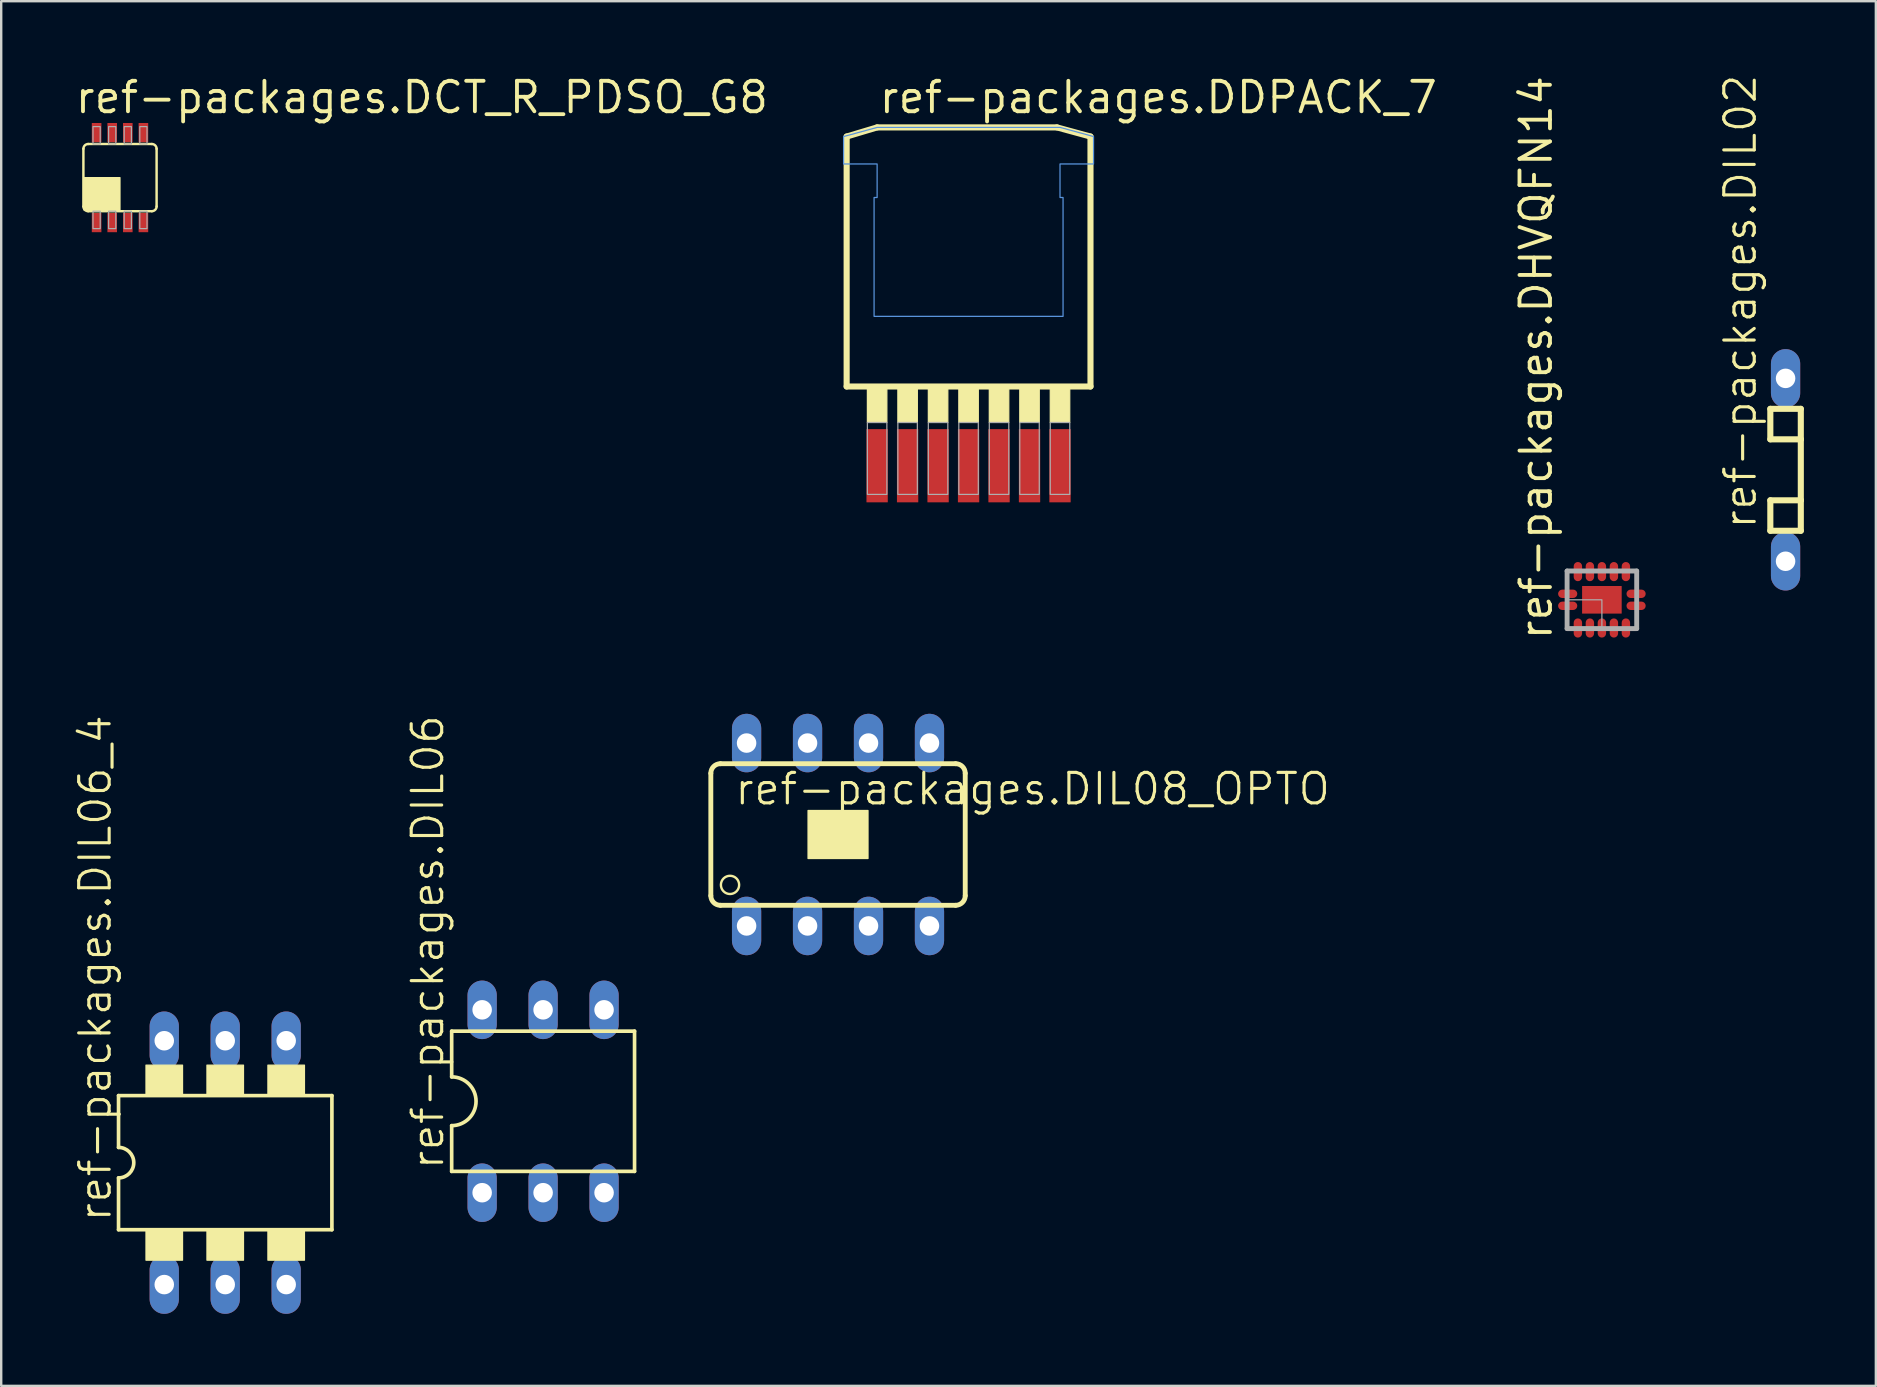
<source format=kicad_pcb>
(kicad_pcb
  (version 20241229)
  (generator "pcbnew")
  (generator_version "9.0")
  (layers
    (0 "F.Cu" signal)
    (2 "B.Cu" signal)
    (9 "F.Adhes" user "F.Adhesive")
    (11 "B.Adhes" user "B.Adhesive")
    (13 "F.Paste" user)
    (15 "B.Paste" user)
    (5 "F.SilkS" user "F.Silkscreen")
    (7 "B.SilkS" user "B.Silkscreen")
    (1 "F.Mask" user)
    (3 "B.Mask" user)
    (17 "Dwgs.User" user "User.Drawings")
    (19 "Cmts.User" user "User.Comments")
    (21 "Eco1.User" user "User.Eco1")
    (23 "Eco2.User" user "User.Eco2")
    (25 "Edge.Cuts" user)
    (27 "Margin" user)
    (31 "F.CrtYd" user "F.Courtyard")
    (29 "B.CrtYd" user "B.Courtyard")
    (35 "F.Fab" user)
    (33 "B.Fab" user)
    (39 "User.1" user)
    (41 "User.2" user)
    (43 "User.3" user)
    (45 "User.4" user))
  (footprint "ref-packages.DIL06_4"
    (layer "F.Cu")
    (at 6.334 45.393)
    (property "Reference" "ref-packages.DIL06_4" (at -4.674 2.54 90) (layer "F.SilkS") (effects (font (size 1.27 1.27) (thickness 0.13)) (justify left bottom)))
    (attr through_hole)
    (fp_line (start -4.445 -0.635) (end -4.445 -2.794) (stroke (width 0.152) (type default)) (layer "F.SilkS"))
    (fp_line (start -4.445 2.794) (end -4.445 0.635) (stroke (width 0.152) (type default)) (layer "F.SilkS"))
    (fp_line (start -4.445 2.794) (end 4.445 2.794) (stroke (width 0.152) (type default)) (layer "F.SilkS"))
    (fp_line (start 4.445 -2.794) (end -4.445 -2.794) (stroke (width 0.152) (type default)) (layer "F.SilkS"))
    (fp_line (start 4.445 -2.794) (end 4.445 2.794) (stroke (width 0.152) (type default)) (layer "F.SilkS"))
    (fp_rect (start -3.302 -2.794) (end -1.778 -4.064) (stroke (width 0.05) (type default)) (fill yes) (layer "F.SilkS"))
    (fp_rect (start -3.302 4.064) (end -1.778 2.794) (stroke (width 0.05) (type default)) (fill yes) (layer "F.SilkS"))
    (fp_rect (start -0.762 -2.794) (end 0.762 -4.064) (stroke (width 0.05) (type default)) (fill yes) (layer "F.SilkS"))
    (fp_rect (start -0.762 4.064) (end 0.762 2.794) (stroke (width 0.05) (type default)) (fill yes) (layer "F.SilkS"))
    (fp_rect (start 1.778 -2.794) (end 3.302 -4.064) (stroke (width 0.05) (type default)) (fill yes) (layer "F.SilkS"))
    (fp_rect (start 1.778 4.064) (end 3.302 2.794) (stroke (width 0.05) (type default)) (fill yes) (layer "F.SilkS"))
    (fp_arc (start -4.445 -0.635) (mid -3.81 0) (end -4.445 0.635) (stroke (width 0.1524) (type default)) (layer "F.SilkS"))
    (pad "1" thru_hole oval (at -2.54 5.08 90) (size 2.438 1.219) (drill 0.813) (layers "*.Cu" "*.Mask"))
    (pad "2" thru_hole oval (at 0 5.08 90) (size 2.438 1.219) (drill 0.813) (layers "*.Cu" "*.Mask"))
    (pad "3" thru_hole oval (at 2.54 5.08 90) (size 2.438 1.219) (drill 0.813) (layers "*.Cu" "*.Mask"))
    (pad "4" thru_hole oval (at 2.54 -5.08 90) (size 2.438 1.219) (drill 0.813) (layers "*.Cu" "*.Mask"))
    (pad "5" thru_hole oval (at 0 -5.08 90) (size 2.438 1.219) (drill 0.813) (layers "*.Cu" "*.Mask"))
    (pad "6" thru_hole oval (at -2.54 -5.08 90) (size 2.438 1.219) (drill 0.813) (layers "*.Cu" "*.Mask")))
  (footprint "ref-packages.DCT_R_PDSO_G8"
    (layer "F.Cu")
    (at 1.95 4.35)
    (property "Reference" "ref-packages.DCT_R_PDSO_G8" (at -1.95 -2.6 0) (layer "F.SilkS") (effects (font (size 1.27 1.27) (thickness 0.16)) (justify left bottom)))
    (attr smd)
    (fp_rect (start -1.225 -1.425) (end -0.725 -2.35) (stroke (width 0.05) (type default)) (fill yes) (layer "F.Mask"))
    (fp_rect (start -1.225 2.35) (end -0.725 1.425) (stroke (width 0.05) (type default)) (fill yes) (layer "F.Mask"))
    (fp_rect (start -0.575 -1.425) (end -0.075 -2.35) (stroke (width 0.05) (type default)) (fill yes) (layer "F.Mask"))
    (fp_rect (start -0.575 2.35) (end -0.075 1.425) (stroke (width 0.05) (type default)) (fill yes) (layer "F.Mask"))
    (fp_rect (start 0.075 -1.425) (end 0.575 -2.35) (stroke (width 0.05) (type default)) (fill yes) (layer "F.Mask"))
    (fp_rect (start 0.075 2.35) (end 0.575 1.425) (stroke (width 0.05) (type default)) (fill yes) (layer "F.Mask"))
    (fp_rect (start 0.725 -1.425) (end 1.225 -2.35) (stroke (width 0.05) (type default)) (fill yes) (layer "F.Mask"))
    (fp_rect (start 0.725 2.35) (end 1.225 1.425) (stroke (width 0.05) (type default)) (fill yes) (layer "F.Mask"))
    (fp_line (start -1.525 1.2) (end -1.525 -1.2) (stroke (width 0.102) (type default)) (layer "F.SilkS"))
    (fp_line (start -1.325 -1.4) (end 1.325 -1.4) (stroke (width 0.102) (type default)) (layer "F.SilkS"))
    (fp_line (start 1.325 1.4) (end -1.325 1.4) (stroke (width 0.102) (type default)) (layer "F.SilkS"))
    (fp_line (start 1.525 -1.2) (end 1.525 1.2) (stroke (width 0.102) (type default)) (layer "F.SilkS"))
    (fp_rect (start -1.5 1.35) (end 0 0) (stroke (width 0.05) (type default)) (fill yes) (layer "F.SilkS"))
    (fp_arc (start -1.525 -1.2) (mid -1.466421 -1.341421) (end -1.325 -1.4) (stroke (width 0.1016) (type default)) (layer "F.SilkS"))
    (fp_arc (start -1.325 1.4) (mid -1.466421 1.341421) (end -1.525 1.2) (stroke (width 0.1016) (type default)) (layer "F.SilkS"))
    (fp_arc (start 1.325 -1.4) (mid 1.466421 -1.341421) (end 1.525 -1.2) (stroke (width 0.1016) (type default)) (layer "F.SilkS"))
    (fp_arc (start 1.525 1.2) (mid 1.466421 1.341421) (end 1.325 1.4) (stroke (width 0.1016) (type default)) (layer "F.SilkS"))
    (fp_rect (start -1.125 -1.4) (end -0.825 -2.125) (stroke (width 0.05) (type default)) (fill no) (layer "F.Fab"))
    (fp_rect (start -1.125 2.125) (end -0.825 1.4) (stroke (width 0.05) (type default)) (fill no) (layer "F.Fab"))
    (fp_rect (start -0.475 -1.4) (end -0.175 -2.125) (stroke (width 0.05) (type default)) (fill no) (layer "F.Fab"))
    (fp_rect (start -0.475 2.125) (end -0.175 1.4) (stroke (width 0.05) (type default)) (fill no) (layer "F.Fab"))
    (fp_rect (start 0.175 -1.4) (end 0.475 -2.125) (stroke (width 0.05) (type default)) (fill no) (layer "F.Fab"))
    (fp_rect (start 0.175 2.125) (end 0.475 1.4) (stroke (width 0.05) (type default)) (fill no) (layer "F.Fab"))
    (fp_rect (start 0.825 -1.4) (end 1.125 -2.125) (stroke (width 0.05) (type default)) (fill no) (layer "F.Fab"))
    (fp_rect (start 0.825 2.125) (end 1.125 1.4) (stroke (width 0.05) (type default)) (fill no) (layer "F.Fab"))
    (pad "1" smd roundrect (at -0.975 1.875) (size 0.4 0.8) (layers "F.Cu" "F.Mask" "F.Paste") (roundrect_rratio 0.01))
    (pad "2" smd roundrect (at -0.325 1.875) (size 0.4 0.8) (layers "F.Cu" "F.Mask" "F.Paste") (roundrect_rratio 0.01))
    (pad "3" smd roundrect (at 0.325 1.875) (size 0.4 0.8) (layers "F.Cu" "F.Mask" "F.Paste") (roundrect_rratio 0.01))
    (pad "4" smd roundrect (at 0.975 1.875) (size 0.4 0.8) (layers "F.Cu" "F.Mask" "F.Paste") (roundrect_rratio 0.01))
    (pad "5" smd roundrect (at 0.975 -1.875 180) (size 0.4 0.8) (layers "F.Cu" "F.Mask" "F.Paste") (roundrect_rratio 0.01))
    (pad "6" smd roundrect (at 0.325 -1.875 180) (size 0.4 0.8) (layers "F.Cu" "F.Mask" "F.Paste") (roundrect_rratio 0.01))
    (pad "7" smd roundrect (at -0.325 -1.875 180) (size 0.4 0.8) (layers "F.Cu" "F.Mask" "F.Paste") (roundrect_rratio 0.01))
    (pad "8" smd roundrect (at -0.975 -1.875 180) (size 0.4 0.8) (layers "F.Cu" "F.Mask" "F.Paste") (roundrect_rratio 0.01)))
  (footprint "ref-packages.DHVQFN14"
    (layer "F.Cu")
    (at 63.694 21.941)
    (property "Reference" "ref-packages.DHVQFN14" (at -2 1.75 90) (layer "F.SilkS") (effects (font (size 1.27 1.27) (thickness 0.16)) (justify left bottom)))
    (attr smd)
    (fp_line (start -1.2 -0.25) (end -1.65 -0.25) (stroke (width 0.4) (type default)) (layer "F.Mask"))
    (fp_line (start -1.2 0.25) (end -1.65 0.25) (stroke (width 0.4) (type default)) (layer "F.Mask"))
    (fp_line (start -1 -0.95) (end -1 -1.4) (stroke (width 0.4) (type default)) (layer "F.Mask"))
    (fp_line (start -1 0.95) (end -1 1.4) (stroke (width 0.4) (type default)) (layer "F.Mask"))
    (fp_line (start -0.5 -0.95) (end -0.5 -1.4) (stroke (width 0.4) (type default)) (layer "F.Mask"))
    (fp_line (start -0.5 0.95) (end -0.5 1.4) (stroke (width 0.4) (type default)) (layer "F.Mask"))
    (fp_line (start 0 -0.95) (end 0 -1.4) (stroke (width 0.4) (type default)) (layer "F.Mask"))
    (fp_line (start 0 0.95) (end 0 1.4) (stroke (width 0.4) (type default)) (layer "F.Mask"))
    (fp_line (start 0.5 -0.95) (end 0.5 -1.4) (stroke (width 0.4) (type default)) (layer "F.Mask"))
    (fp_line (start 0.5 0.95) (end 0.5 1.4) (stroke (width 0.4) (type default)) (layer "F.Mask"))
    (fp_line (start 1 -0.95) (end 1 -1.4) (stroke (width 0.4) (type default)) (layer "F.Mask"))
    (fp_line (start 1 0.95) (end 1 1.4) (stroke (width 0.4) (type default)) (layer "F.Mask"))
    (fp_line (start 1.2 -0.25) (end 1.65 -0.25) (stroke (width 0.4) (type default)) (layer "F.Mask"))
    (fp_line (start 1.2 0.25) (end 1.65 0.25) (stroke (width 0.4) (type default)) (layer "F.Mask"))
    (fp_rect (start -0.875 0.625) (end 0.875 -0.625) (stroke (width 0.05) (type default)) (fill yes) (layer "F.Mask"))
    (fp_line (start -1.45 -1.2) (end 1.45 -1.2) (stroke (width 0.203) (type default)) (layer "F.Fab"))
    (fp_line (start -1.45 1.2) (end -1.45 -1.2) (stroke (width 0.203) (type default)) (layer "F.Fab"))
    (fp_line (start 1.45 -1.2) (end 1.45 1.2) (stroke (width 0.203) (type default)) (layer "F.Fab"))
    (fp_line (start 1.45 1.2) (end -1.45 1.2) (stroke (width 0.203) (type default)) (layer "F.Fab"))
    (fp_rect (start -1.4 1.15) (end 0 0) (stroke (width 0.05) (type default)) (fill no) (layer "F.Fab"))
    (pad "1" smd roundrect (at -1.425 0.25 270) (size 0.35 0.8) (layers "F.Cu" "F.Mask" "F.Paste") (roundrect_rratio 0.5))
    (pad "2" smd roundrect (at -1 1.175) (size 0.35 0.8) (layers "F.Cu" "F.Mask" "F.Paste") (roundrect_rratio 0.5))
    (pad "3" smd roundrect (at -0.5 1.175) (size 0.35 0.8) (layers "F.Cu" "F.Mask" "F.Paste") (roundrect_rratio 0.5))
    (pad "4" smd roundrect (at 0 1.175) (size 0.35 0.8) (layers "F.Cu" "F.Mask" "F.Paste") (roundrect_rratio 0.5))
    (pad "5" smd roundrect (at 0.5 1.175) (size 0.35 0.8) (layers "F.Cu" "F.Mask" "F.Paste") (roundrect_rratio 0.5))
    (pad "6" smd roundrect (at 1 1.175) (size 0.35 0.8) (layers "F.Cu" "F.Mask" "F.Paste") (roundrect_rratio 0.5))
    (pad "7" smd roundrect (at 1.425 0.25 90) (size 0.35 0.8) (layers "F.Cu" "F.Mask" "F.Paste") (roundrect_rratio 0.5))
    (pad "8" smd roundrect (at 1.425 -0.25 90) (size 0.35 0.8) (layers "F.Cu" "F.Mask" "F.Paste") (roundrect_rratio 0.5))
    (pad "9" smd roundrect (at 1 -1.175 180) (size 0.35 0.8) (layers "F.Cu" "F.Mask" "F.Paste") (roundrect_rratio 0.5))
    (pad "10" smd roundrect (at 0.5 -1.175 180) (size 0.35 0.8) (layers "F.Cu" "F.Mask" "F.Paste") (roundrect_rratio 0.5))
    (pad "11" smd roundrect (at 0 -1.175 180) (size 0.35 0.8) (layers "F.Cu" "F.Mask" "F.Paste") (roundrect_rratio 0.5))
    (pad "12" smd roundrect (at -0.5 -1.175 180) (size 0.35 0.8) (layers "F.Cu" "F.Mask" "F.Paste") (roundrect_rratio 0.5))
    (pad "13" smd roundrect (at -1 -1.175 180) (size 0.35 0.8) (layers "F.Cu" "F.Mask" "F.Paste") (roundrect_rratio 0.5))
    (pad "14" smd roundrect (at -1.425 -0.25 270) (size 0.35 0.8) (layers "F.Cu" "F.Mask" "F.Paste") (roundrect_rratio 0.5))
    (pad "EXP" smd roundrect (at 0 0) (size 1.65 1.15) (layers "F.Cu" "F.Mask" "F.Paste") (roundrect_rratio 0.01)))
  (footprint "ref-packages.DIL08_OPTO"
    (layer "F.Cu")
    (at 31.867 31.72)
    (property "Reference" "ref-packages.DIL08_OPTO" (at -4.375 -1.156 0) (layer "F.SilkS") (effects (font (size 1.27 1.27) (thickness 0.13)) (justify left bottom)))
    (attr through_hole)
    (fp_line (start -5.3 -2.55) (end -5.3 2.55) (stroke (width 0.203) (type default)) (layer "F.SilkS"))
    (fp_line (start -4.9 2.95) (end 4.9 2.95) (stroke (width 0.203) (type default)) (layer "F.SilkS"))
    (fp_line (start 4.9 -2.95) (end -4.9 -2.95) (stroke (width 0.203) (type default)) (layer "F.SilkS"))
    (fp_line (start 5.3 2.55) (end 5.3 -2.55) (stroke (width 0.203) (type default)) (layer "F.SilkS"))
    (fp_rect (start -1.25 1) (end 1.25 -1) (stroke (width 0.05) (type default)) (fill yes) (layer "F.SilkS"))
    (fp_arc (start -5.3 -2.55) (mid -5.182843 -2.832843) (end -4.9 -2.95) (stroke (width 0.2032) (type default)) (layer "F.SilkS"))
    (fp_arc (start -4.9 2.95) (mid -5.182843 2.832843) (end -5.3 2.55) (stroke (width 0.2032) (type default)) (layer "F.SilkS"))
    (fp_arc (start 4.9 -2.95) (mid 5.182843 -2.832843) (end 5.3 -2.55) (stroke (width 0.2032) (type default)) (layer "F.SilkS"))
    (fp_arc (start 5.3 2.55) (mid 5.182843 2.832843) (end 4.9 2.95) (stroke (width 0.2032) (type default)) (layer "F.SilkS"))
    (fp_circle (center -4.5 2.1) (end -4.12 2.1) (stroke (width 0.1) (type default)) (fill no) (layer "F.SilkS"))
    (fp_circle (center 0 0.05) (end 0.01 0.05) (stroke (width 0.1) (type default)) (fill no) (layer "F.SilkS"))
    (pad "1" thru_hole oval (at -3.81 3.81 90) (size 2.438 1.219) (drill 0.813) (layers "*.Cu" "*.Mask"))
    (pad "2" thru_hole oval (at -1.27 3.81 90) (size 2.438 1.219) (drill 0.813) (layers "*.Cu" "*.Mask"))
    (pad "3" thru_hole oval (at 1.27 3.81 90) (size 2.438 1.219) (drill 0.813) (layers "*.Cu" "*.Mask"))
    (pad "4" thru_hole oval (at 3.81 3.81 90) (size 2.438 1.219) (drill 0.813) (layers "*.Cu" "*.Mask"))
    (pad "5" thru_hole oval (at 3.81 -3.81 90) (size 2.438 1.219) (drill 0.813) (layers "*.Cu" "*.Mask"))
    (pad "6" thru_hole oval (at 1.27 -3.81 90) (size 2.438 1.219) (drill 0.813) (layers "*.Cu" "*.Mask"))
    (pad "7" thru_hole oval (at -1.27 -3.81 90) (size 2.438 1.219) (drill 0.813) (layers "*.Cu" "*.Mask"))
    (pad "8" thru_hole oval (at -3.81 -3.81 90) (size 2.438 1.219) (drill 0.813) (layers "*.Cu" "*.Mask")))
  (footprint "ref-packages.DIL06"
    (layer "F.Cu")
    (at 19.579 42.835)
    (property "Reference" "ref-packages.DIL06" (at -4.064 2.921 90) (layer "F.SilkS") (effects (font (size 1.27 1.27) (thickness 0.13)) (justify left bottom)))
    (attr through_hole)
    (fp_line (start -3.81 -2.921) (end -3.81 -1.016) (stroke (width 0.152) (type default)) (layer "F.SilkS"))
    (fp_line (start -3.81 2.921) (end -3.81 1.016) (stroke (width 0.152) (type default)) (layer "F.SilkS"))
    (fp_line (start -3.81 2.921) (end 3.81 2.921) (stroke (width 0.152) (type default)) (layer "F.SilkS"))
    (fp_line (start 3.81 -2.921) (end -3.81 -2.921) (stroke (width 0.152) (type default)) (layer "F.SilkS"))
    (fp_line (start 3.81 -2.921) (end 3.81 2.921) (stroke (width 0.152) (type default)) (layer "F.SilkS"))
    (fp_arc (start -3.81 -1.016) (mid -2.794 0) (end -3.81 1.016) (stroke (width 0.1524) (type default)) (layer "F.SilkS"))
    (pad "1" thru_hole oval (at -2.54 3.81 90) (size 2.438 1.219) (drill 0.813) (layers "*.Cu" "*.Mask"))
    (pad "2" thru_hole oval (at 0 3.81 90) (size 2.438 1.219) (drill 0.813) (layers "*.Cu" "*.Mask"))
    (pad "3" thru_hole oval (at 2.54 3.81 90) (size 2.438 1.219) (drill 0.813) (layers "*.Cu" "*.Mask"))
    (pad "4" thru_hole oval (at 2.54 -3.81 90) (size 2.438 1.219) (drill 0.813) (layers "*.Cu" "*.Mask"))
    (pad "5" thru_hole oval (at 0 -3.81 90) (size 2.438 1.219) (drill 0.813) (layers "*.Cu" "*.Mask"))
    (pad "6" thru_hole oval (at -2.54 -3.81 90) (size 2.438 1.219) (drill 0.813) (layers "*.Cu" "*.Mask")))
  (footprint "ref-packages.DDPACK_7"
    (layer "F.Cu")
    (at 37.306 8.1)
    (property "Reference" "ref-packages.DDPACK_7" (at -3.81 -6.35 0) (layer "F.SilkS") (effects (font (size 1.27 1.27) (thickness 0.16)) (justify left bottom)))
    (attr smd)
    (fp_line (start -5.08 -5.461) (end -5.08 4.953) (stroke (width 0.254) (type default)) (layer "F.SilkS"))
    (fp_line (start -5.08 4.953) (end 5.08 4.953) (stroke (width 0.254) (type default)) (layer "F.SilkS"))
    (fp_line (start -3.81 -5.842) (end -5.08 -5.461) (stroke (width 0.254) (type default)) (layer "F.SilkS"))
    (fp_line (start 3.683 -5.842) (end -3.81 -5.842) (stroke (width 0.254) (type default)) (layer "F.SilkS"))
    (fp_line (start 5.08 -5.461) (end 3.683 -5.842) (stroke (width 0.254) (type default)) (layer "F.SilkS"))
    (fp_line (start 5.08 4.953) (end 5.08 -5.461) (stroke (width 0.254) (type default)) (layer "F.SilkS"))
    (fp_rect (start -4.216 6.452) (end -3.404 5.029) (stroke (width 0.05) (type default)) (fill yes) (layer "F.SilkS"))
    (fp_rect (start -2.946 6.452) (end -2.134 5.029) (stroke (width 0.05) (type default)) (fill yes) (layer "F.SilkS"))
    (fp_rect (start -1.676 6.452) (end -0.864 5.029) (stroke (width 0.05) (type default)) (fill yes) (layer "F.SilkS"))
    (fp_rect (start -0.406 6.452) (end 0.406 5.029) (stroke (width 0.05) (type default)) (fill yes) (layer "F.SilkS"))
    (fp_rect (start 0.864 6.452) (end 1.676 5.029) (stroke (width 0.05) (type default)) (fill yes) (layer "F.SilkS"))
    (fp_rect (start 2.134 6.452) (end 2.946 5.029) (stroke (width 0.05) (type default)) (fill yes) (layer "F.SilkS"))
    (fp_rect (start 3.404 6.452) (end 4.216 5.029) (stroke (width 0.05) (type default)) (fill yes) (layer "F.SilkS"))
    (fp_poly (pts (xy -5.207 -4.318) (xy -3.81 -4.318) (xy -3.81 -2.921) (xy -3.937 -2.921) (xy -3.937 2.032) (xy 3.937 2.032) (xy 3.937 -2.921) (xy 3.81 -2.921) (xy 3.81 -4.318) (xy 5.207 -4.318) (xy 5.207 -5.461) (xy 3.81 -5.842) (xy -3.81 -5.842) (xy -5.207 -5.461)) (stroke (width 0.051) (type default)) (fill no) (layer "Cmts.User"))
    (fp_rect (start -4.216 9.449) (end -3.404 6.452) (stroke (width 0.05) (type default)) (fill no) (layer "F.Fab"))
    (fp_rect (start -2.946 9.449) (end -2.134 6.452) (stroke (width 0.05) (type default)) (fill no) (layer "F.Fab"))
    (fp_rect (start -1.676 9.449) (end -0.864 6.452) (stroke (width 0.05) (type default)) (fill no) (layer "F.Fab"))
    (fp_rect (start -0.406 9.449) (end 0.406 6.452) (stroke (width 0.05) (type default)) (fill no) (layer "F.Fab"))
    (fp_rect (start 0.864 9.449) (end 1.676 6.452) (stroke (width 0.05) (type default)) (fill no) (layer "F.Fab"))
    (fp_rect (start 2.134 9.449) (end 2.946 6.452) (stroke (width 0.05) (type default)) (fill no) (layer "F.Fab"))
    (fp_rect (start 3.404 9.449) (end 4.216 6.452) (stroke (width 0.05) (type default)) (fill no) (layer "F.Fab"))
    (pad "1" smd roundrect (at -3.81 8.255) (size 0.889 3.048) (layers "F.Cu" "F.Mask" "F.Paste") (roundrect_rratio 0.01))
    (pad "2" smd roundrect (at -2.54 8.255) (size 0.889 3.048) (layers "F.Cu" "F.Mask" "F.Paste") (roundrect_rratio 0.01))
    (pad "3" smd roundrect (at -1.27 8.255) (size 0.889 3.048) (layers "F.Cu" "F.Mask" "F.Paste") (roundrect_rratio 0.01))
    (pad "4" smd roundrect (at 0 8.255) (size 0.889 3.048) (layers "F.Cu" "F.Mask" "F.Paste") (roundrect_rratio 0.01))
    (pad "5" smd roundrect (at 1.27 8.255) (size 0.889 3.048) (layers "F.Cu" "F.Mask" "F.Paste") (roundrect_rratio 0.01))
    (pad "6" smd roundrect (at 2.54 8.255) (size 0.889 3.048) (layers "F.Cu" "F.Mask" "F.Paste") (roundrect_rratio 0.01))
    (pad "7" smd roundrect (at 3.81 8.255) (size 0.889 3.048) (layers "F.Cu" "F.Mask" "F.Paste") (roundrect_rratio 0.01)))
  (footprint "ref-packages.DIL02"
    (layer "F.Cu")
    (at 71.347 16.525)
    (property "Reference" "ref-packages.DIL02" (at -1.143 2.54 90) (layer "F.SilkS") (effects (font (size 1.27 1.27) (thickness 0.13)) (justify left bottom)))
    (attr through_hole)
    (fp_line (start -0.635 -2.54) (end -0.635 -1.27) (stroke (width 0.254) (type default)) (layer "F.SilkS"))
    (fp_line (start -0.635 -1.27) (end 0.635 -1.27) (stroke (width 0.254) (type default)) (layer "F.SilkS"))
    (fp_line (start -0.635 1.27) (end -0.635 2.54) (stroke (width 0.254) (type default)) (layer "F.SilkS"))
    (fp_line (start -0.635 2.54) (end 0.635 2.54) (stroke (width 0.254) (type default)) (layer "F.SilkS"))
    (fp_line (start 0.635 -2.54) (end -0.635 -2.54) (stroke (width 0.254) (type default)) (layer "F.SilkS"))
    (fp_line (start 0.635 -1.27) (end 0.635 -2.54) (stroke (width 0.254) (type default)) (layer "F.SilkS"))
    (fp_line (start 0.635 1.27) (end -0.635 1.27) (stroke (width 0.254) (type default)) (layer "F.SilkS"))
    (fp_line (start 0.635 1.27) (end 0.635 -1.27) (stroke (width 0.254) (type default)) (layer "F.SilkS"))
    (fp_line (start 0.635 2.54) (end 0.635 1.27) (stroke (width 0.254) (type default)) (layer "F.SilkS"))
    (pad "1" thru_hole oval (at 0 3.81 90) (size 2.438 1.219) (drill 0.813) (layers "*.Cu" "*.Mask"))
    (pad "2" thru_hole oval (at 0 -3.81 90) (size 2.438 1.219) (drill 0.813) (layers "*.Cu" "*.Mask")))
  (gr_rect
    (start -3 -3)
    (end 75.109 54.692)
    (stroke (width 0.1) (type default))
    (fill no)
    (layer "Edge.Cuts")))
</source>
